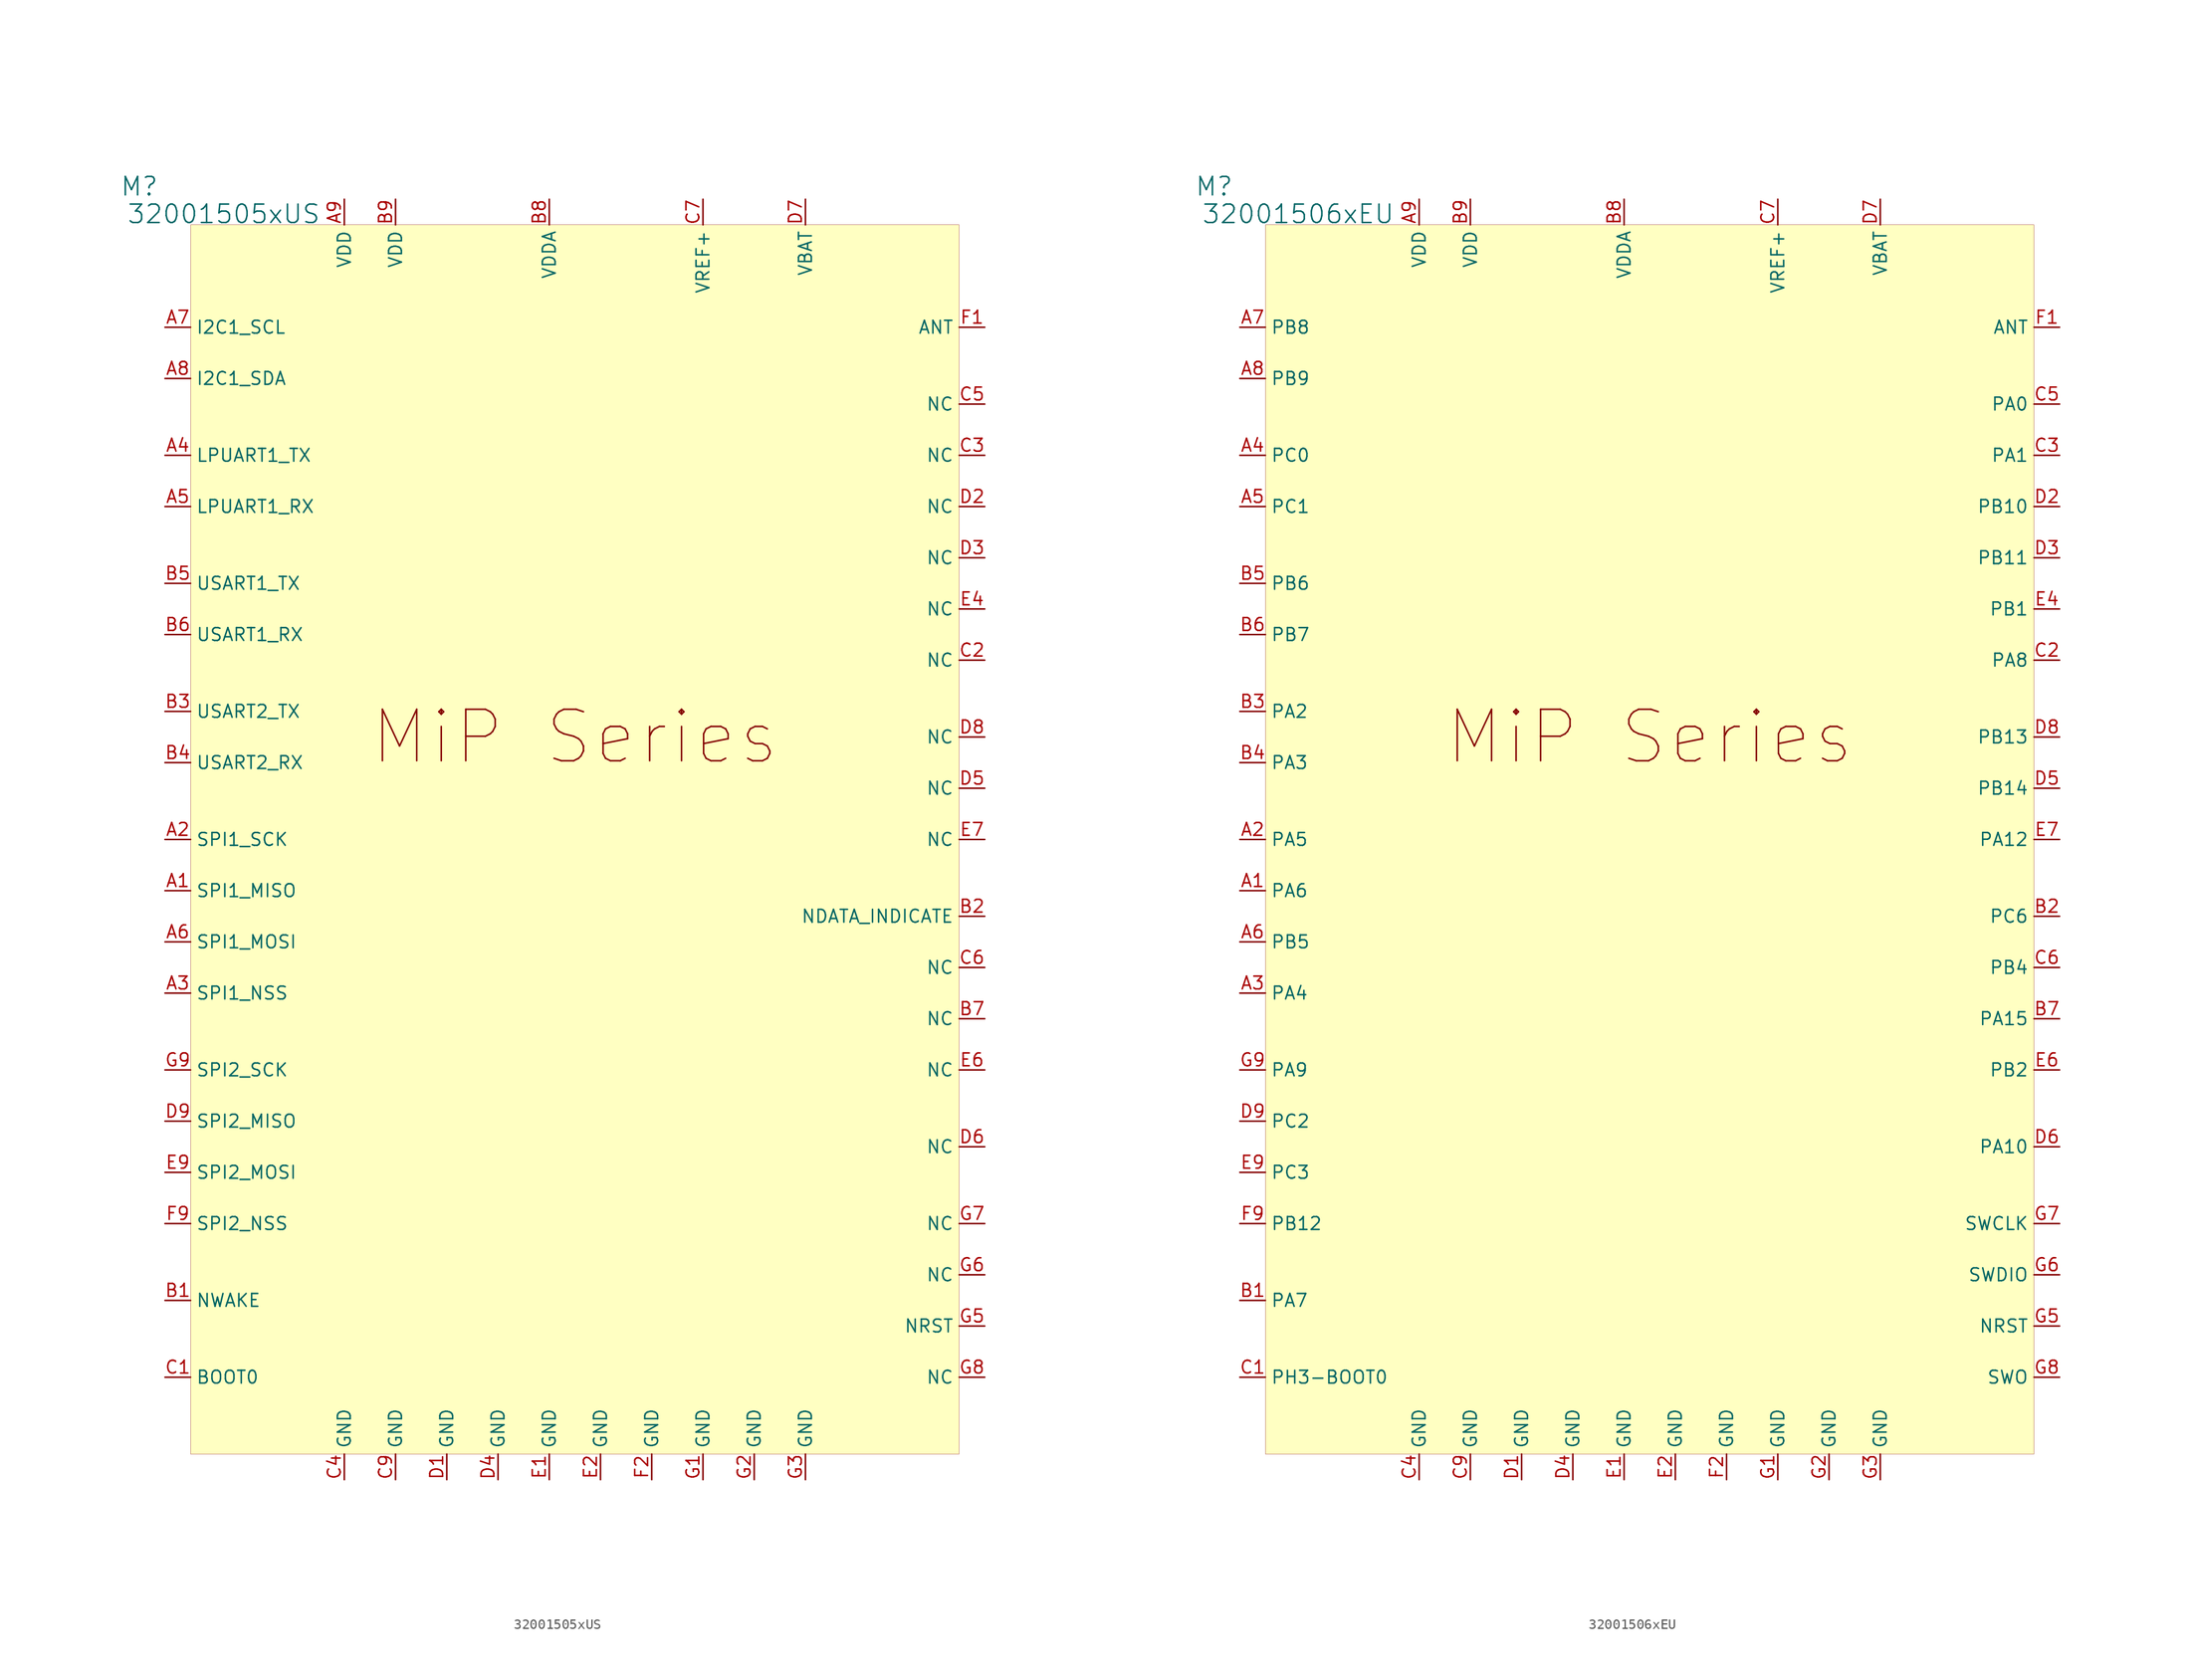
<source format=kicad_sym>
(kicad_symbol_lib
  (version 20231120)
  (generator "kicad_symbol_editor")
  (generator_version "8.0")
  (symbol "32001505xUS"
    (property "Reference" "M"
      (at -5.08 3.81 0)
      (effects (font (size 1.829 1.829))))
    (property "Value" "32001505xUS"
      (at -6.35 0 0)
      (effects (font (size 1.829 1.829)) (justify left bottom)))
    (symbol "32001505xUS_1_0"
      (rectangle (start 0 0) (end 76.2 -121.92) (stroke (width 0.025) (type solid) (color 128 0 0 1)) (fill (type background)))
      (text "MiP Series" (at 38.1 -50.8 0) (effects (font (size 5.105 5.105))))
      (pin passive line (at -2.54 -66.04 0) (length 2.54) (name "SPI1_MISO" (effects (font (size 1.27 1.27)))) (number "A1" (effects (font (size 1.27 1.27)))))
      (pin passive line (at -2.54 -60.96 0) (length 2.54) (name "SPI1_SCK" (effects (font (size 1.27 1.27)))) (number "A2" (effects (font (size 1.27 1.27)))))
      (pin passive line (at -2.54 -76.2 0) (length 2.54) (name "SPI1_NSS" (effects (font (size 1.27 1.27)))) (number "A3" (effects (font (size 1.27 1.27)))))
      (pin passive line (at -2.54 -22.86 0) (length 2.54) (name "LPUART1_TX" (effects (font (size 1.27 1.27)))) (number "A4" (effects (font (size 1.27 1.27)))))
      (pin passive line (at -2.54 -27.94 0) (length 2.54) (name "LPUART1_RX" (effects (font (size 1.27 1.27)))) (number "A5" (effects (font (size 1.27 1.27)))))
      (pin passive line (at -2.54 -71.12 0) (length 2.54) (name "SPI1_MOSI" (effects (font (size 1.27 1.27)))) (number "A6" (effects (font (size 1.27 1.27)))))
      (pin passive line (at -2.54 -10.16 0) (length 2.54) (name "I2C1_SCL" (effects (font (size 1.27 1.27)))) (number "A7" (effects (font (size 1.27 1.27)))))
      (pin passive line (at -2.54 -15.24 0) (length 2.54) (name "I2C1_SDA" (effects (font (size 1.27 1.27)))) (number "A8" (effects (font (size 1.27 1.27)))))
      (pin power_in line (at 15.24 2.54 270) (length 2.54) (name "VDD" (effects (font (size 1.27 1.27)))) (number "A9" (effects (font (size 1.27 1.27)))))
      (pin passive line (at -2.54 -106.68 0) (length 2.54) (name "NWAKE" (effects (font (size 1.27 1.27)))) (number "B1" (effects (font (size 1.27 1.27)))))
      (pin passive line (at 78.74 -68.58 180) (length 2.54) (name "NDATA_INDICATE" (effects (font (size 1.27 1.27)))) (number "B2" (effects (font (size 1.27 1.27)))))
      (pin passive line (at -2.54 -48.26 0) (length 2.54) (name "USART2_TX" (effects (font (size 1.27 1.27)))) (number "B3" (effects (font (size 1.27 1.27)))))
      (pin passive line (at -2.54 -53.34 0) (length 2.54) (name "USART2_RX" (effects (font (size 1.27 1.27)))) (number "B4" (effects (font (size 1.27 1.27)))))
      (pin passive line (at -2.54 -35.56 0) (length 2.54) (name "USART1_TX" (effects (font (size 1.27 1.27)))) (number "B5" (effects (font (size 1.27 1.27)))))
      (pin passive line (at -2.54 -40.64 0) (length 2.54) (name "USART1_RX" (effects (font (size 1.27 1.27)))) (number "B6" (effects (font (size 1.27 1.27)))))
      (pin passive line (at 78.74 -78.74 180) (length 2.54) (name "NC" (effects (font (size 1.27 1.27)))) (number "B7" (effects (font (size 1.27 1.27)))))
      (pin power_in line (at 35.56 2.54 270) (length 2.54) (name "VDDA" (effects (font (size 1.27 1.27)))) (number "B8" (effects (font (size 1.27 1.27)))))
      (pin power_in line (at 20.32 2.54 270) (length 2.54) (name "VDD" (effects (font (size 1.27 1.27)))) (number "B9" (effects (font (size 1.27 1.27)))))
      (pin passive line (at -2.54 -114.3 0) (length 2.54) (name "BOOT0" (effects (font (size 1.27 1.27)))) (number "C1" (effects (font (size 1.27 1.27)))))
      (pin passive line (at 78.74 -43.18 180) (length 2.54) (name "NC" (effects (font (size 1.27 1.27)))) (number "C2" (effects (font (size 1.27 1.27)))))
      (pin passive line (at 78.74 -22.86 180) (length 2.54) (name "NC" (effects (font (size 1.27 1.27)))) (number "C3" (effects (font (size 1.27 1.27)))))
      (pin power_in line (at 15.24 -124.46 90) (length 2.54) (name "GND" (effects (font (size 1.27 1.27)))) (number "C4" (effects (font (size 1.27 1.27)))))
      (pin passive line (at 78.74 -17.78 180) (length 2.54) (name "NC" (effects (font (size 1.27 1.27)))) (number "C5" (effects (font (size 1.27 1.27)))))
      (pin passive line (at 78.74 -73.66 180) (length 2.54) (name "NC" (effects (font (size 1.27 1.27)))) (number "C6" (effects (font (size 1.27 1.27)))))
      (pin passive line (at 50.8 2.54 270) (length 2.54) (name "VREF+" (effects (font (size 1.27 1.27)))) (number "C7" (effects (font (size 1.27 1.27)))))
      (pin power_in line (at 20.32 -124.46 90) (length 2.54) (name "GND" (effects (font (size 1.27 1.27)))) (number "C9" (effects (font (size 1.27 1.27)))))
      (pin power_in line (at 25.4 -124.46 90) (length 2.54) (name "GND" (effects (font (size 1.27 1.27)))) (number "D1" (effects (font (size 1.27 1.27)))))
      (pin passive line (at 78.74 -27.94 180) (length 2.54) (name "NC" (effects (font (size 1.27 1.27)))) (number "D2" (effects (font (size 1.27 1.27)))))
      (pin passive line (at 78.74 -33.02 180) (length 2.54) (name "NC" (effects (font (size 1.27 1.27)))) (number "D3" (effects (font (size 1.27 1.27)))))
      (pin power_in line (at 30.48 -124.46 90) (length 2.54) (name "GND" (effects (font (size 1.27 1.27)))) (number "D4" (effects (font (size 1.27 1.27)))))
      (pin passive line (at 78.74 -55.88 180) (length 2.54) (name "NC" (effects (font (size 1.27 1.27)))) (number "D5" (effects (font (size 1.27 1.27)))))
      (pin passive line (at 78.74 -91.44 180) (length 2.54) (name "NC" (effects (font (size 1.27 1.27)))) (number "D6" (effects (font (size 1.27 1.27)))))
      (pin passive line (at 60.96 2.54 270) (length 2.54) (name "VBAT" (effects (font (size 1.27 1.27)))) (number "D7" (effects (font (size 1.27 1.27)))))
      (pin passive line (at 78.74 -50.8 180) (length 2.54) (name "NC" (effects (font (size 1.27 1.27)))) (number "D8" (effects (font (size 1.27 1.27)))))
      (pin passive line (at -2.54 -88.9 0) (length 2.54) (name "SPI2_MISO" (effects (font (size 1.27 1.27)))) (number "D9" (effects (font (size 1.27 1.27)))))
      (pin power_in line (at 35.56 -124.46 90) (length 2.54) (name "GND" (effects (font (size 1.27 1.27)))) (number "E1" (effects (font (size 1.27 1.27)))))
      (pin power_in line (at 40.64 -124.46 90) (length 2.54) (name "GND" (effects (font (size 1.27 1.27)))) (number "E2" (effects (font (size 1.27 1.27)))))
      (pin passive line (at 78.74 -38.1 180) (length 2.54) (name "NC" (effects (font (size 1.27 1.27)))) (number "E4" (effects (font (size 1.27 1.27)))))
      (pin passive line (at 78.74 -83.82 180) (length 2.54) (name "NC" (effects (font (size 1.27 1.27)))) (number "E6" (effects (font (size 1.27 1.27)))))
      (pin passive line (at 78.74 -60.96 180) (length 2.54) (name "NC" (effects (font (size 1.27 1.27)))) (number "E7" (effects (font (size 1.27 1.27)))))
      (pin passive line (at -2.54 -93.98 0) (length 2.54) (name "SPI2_MOSI" (effects (font (size 1.27 1.27)))) (number "E9" (effects (font (size 1.27 1.27)))))
      (pin passive line (at 78.74 -10.16 180) (length 2.54) (name "ANT" (effects (font (size 1.27 1.27)))) (number "F1" (effects (font (size 1.27 1.27)))))
      (pin power_in line (at 45.72 -124.46 90) (length 2.54) (name "GND" (effects (font (size 1.27 1.27)))) (number "F2" (effects (font (size 1.27 1.27)))))
      (pin passive line (at -2.54 -99.06 0) (length 2.54) (name "SPI2_NSS" (effects (font (size 1.27 1.27)))) (number "F9" (effects (font (size 1.27 1.27)))))
      (pin power_in line (at 50.8 -124.46 90) (length 2.54) (name "GND" (effects (font (size 1.27 1.27)))) (number "G1" (effects (font (size 1.27 1.27)))))
      (pin power_in line (at 55.88 -124.46 90) (length 2.54) (name "GND" (effects (font (size 1.27 1.27)))) (number "G2" (effects (font (size 1.27 1.27)))))
      (pin power_in line (at 60.96 -124.46 90) (length 2.54) (name "GND" (effects (font (size 1.27 1.27)))) (number "G3" (effects (font (size 1.27 1.27)))))
      (pin passive line (at 78.74 -109.22 180) (length 2.54) (name "NRST" (effects (font (size 1.27 1.27)))) (number "G5" (effects (font (size 1.27 1.27)))))
      (pin passive line (at 78.74 -104.14 180) (length 2.54) (name "NC" (effects (font (size 1.27 1.27)))) (number "G6" (effects (font (size 1.27 1.27)))))
      (pin passive line (at 78.74 -99.06 180) (length 2.54) (name "NC" (effects (font (size 1.27 1.27)))) (number "G7" (effects (font (size 1.27 1.27)))))
      (pin passive line (at 78.74 -114.3 180) (length 2.54) (name "NC" (effects (font (size 1.27 1.27)))) (number "G8" (effects (font (size 1.27 1.27)))))
      (pin passive line (at -2.54 -83.82 0) (length 2.54) (name "SPI2_SCK" (effects (font (size 1.27 1.27)))) (number "G9" (effects (font (size 1.27 1.27)))))))
  (symbol "32001506xEU"
    (property "Reference" "M"
      (at -5.08 3.81 0)
      (effects (font (size 1.829 1.829))))
    (property "Value" "32001506xEU"
      (at -6.35 0 0)
      (effects (font (size 1.829 1.829)) (justify left bottom)))
    (symbol "32001506xEU_1_0"
      (rectangle (start 0 0) (end 76.2 -121.92) (stroke (width 0.025) (type solid) (color 128 0 0 1)) (fill (type background)))
      (text "MiP Series" (at 38.1 -50.8 0) (effects (font (size 5.105 5.105))))
      (pin passive line (at -2.54 -66.04 0) (length 2.54) (name "PA6" (effects (font (size 1.27 1.27)))) (number "A1" (effects (font (size 1.27 1.27)))))
      (pin passive line (at -2.54 -60.96 0) (length 2.54) (name "PA5" (effects (font (size 1.27 1.27)))) (number "A2" (effects (font (size 1.27 1.27)))))
      (pin passive line (at -2.54 -76.2 0) (length 2.54) (name "PA4" (effects (font (size 1.27 1.27)))) (number "A3" (effects (font (size 1.27 1.27)))))
      (pin passive line (at -2.54 -22.86 0) (length 2.54) (name "PC0" (effects (font (size 1.27 1.27)))) (number "A4" (effects (font (size 1.27 1.27)))))
      (pin passive line (at -2.54 -27.94 0) (length 2.54) (name "PC1" (effects (font (size 1.27 1.27)))) (number "A5" (effects (font (size 1.27 1.27)))))
      (pin passive line (at -2.54 -71.12 0) (length 2.54) (name "PB5" (effects (font (size 1.27 1.27)))) (number "A6" (effects (font (size 1.27 1.27)))))
      (pin passive line (at -2.54 -10.16 0) (length 2.54) (name "PB8" (effects (font (size 1.27 1.27)))) (number "A7" (effects (font (size 1.27 1.27)))))
      (pin passive line (at -2.54 -15.24 0) (length 2.54) (name "PB9" (effects (font (size 1.27 1.27)))) (number "A8" (effects (font (size 1.27 1.27)))))
      (pin power_in line (at 15.24 2.54 270) (length 2.54) (name "VDD" (effects (font (size 1.27 1.27)))) (number "A9" (effects (font (size 1.27 1.27)))))
      (pin passive line (at -2.54 -106.68 0) (length 2.54) (name "PA7" (effects (font (size 1.27 1.27)))) (number "B1" (effects (font (size 1.27 1.27)))))
      (pin passive line (at 78.74 -68.58 180) (length 2.54) (name "PC6" (effects (font (size 1.27 1.27)))) (number "B2" (effects (font (size 1.27 1.27)))))
      (pin passive line (at -2.54 -48.26 0) (length 2.54) (name "PA2" (effects (font (size 1.27 1.27)))) (number "B3" (effects (font (size 1.27 1.27)))))
      (pin passive line (at -2.54 -53.34 0) (length 2.54) (name "PA3" (effects (font (size 1.27 1.27)))) (number "B4" (effects (font (size 1.27 1.27)))))
      (pin passive line (at -2.54 -35.56 0) (length 2.54) (name "PB6" (effects (font (size 1.27 1.27)))) (number "B5" (effects (font (size 1.27 1.27)))))
      (pin passive line (at -2.54 -40.64 0) (length 2.54) (name "PB7" (effects (font (size 1.27 1.27)))) (number "B6" (effects (font (size 1.27 1.27)))))
      (pin passive line (at 78.74 -78.74 180) (length 2.54) (name "PA15" (effects (font (size 1.27 1.27)))) (number "B7" (effects (font (size 1.27 1.27)))))
      (pin power_in line (at 35.56 2.54 270) (length 2.54) (name "VDDA" (effects (font (size 1.27 1.27)))) (number "B8" (effects (font (size 1.27 1.27)))))
      (pin power_in line (at 20.32 2.54 270) (length 2.54) (name "VDD" (effects (font (size 1.27 1.27)))) (number "B9" (effects (font (size 1.27 1.27)))))
      (pin passive line (at -2.54 -114.3 0) (length 2.54) (name "PH3-BOOT0" (effects (font (size 1.27 1.27)))) (number "C1" (effects (font (size 1.27 1.27)))))
      (pin passive line (at 78.74 -43.18 180) (length 2.54) (name "PA8" (effects (font (size 1.27 1.27)))) (number "C2" (effects (font (size 1.27 1.27)))))
      (pin passive line (at 78.74 -22.86 180) (length 2.54) (name "PA1" (effects (font (size 1.27 1.27)))) (number "C3" (effects (font (size 1.27 1.27)))))
      (pin power_in line (at 15.24 -124.46 90) (length 2.54) (name "GND" (effects (font (size 1.27 1.27)))) (number "C4" (effects (font (size 1.27 1.27)))))
      (pin passive line (at 78.74 -17.78 180) (length 2.54) (name "PA0" (effects (font (size 1.27 1.27)))) (number "C5" (effects (font (size 1.27 1.27)))))
      (pin passive line (at 78.74 -73.66 180) (length 2.54) (name "PB4" (effects (font (size 1.27 1.27)))) (number "C6" (effects (font (size 1.27 1.27)))))
      (pin passive line (at 50.8 2.54 270) (length 2.54) (name "VREF+" (effects (font (size 1.27 1.27)))) (number "C7" (effects (font (size 1.27 1.27)))))
      (pin power_in line (at 20.32 -124.46 90) (length 2.54) (name "GND" (effects (font (size 1.27 1.27)))) (number "C9" (effects (font (size 1.27 1.27)))))
      (pin power_in line (at 25.4 -124.46 90) (length 2.54) (name "GND" (effects (font (size 1.27 1.27)))) (number "D1" (effects (font (size 1.27 1.27)))))
      (pin passive line (at 78.74 -27.94 180) (length 2.54) (name "PB10" (effects (font (size 1.27 1.27)))) (number "D2" (effects (font (size 1.27 1.27)))))
      (pin passive line (at 78.74 -33.02 180) (length 2.54) (name "PB11" (effects (font (size 1.27 1.27)))) (number "D3" (effects (font (size 1.27 1.27)))))
      (pin power_in line (at 30.48 -124.46 90) (length 2.54) (name "GND" (effects (font (size 1.27 1.27)))) (number "D4" (effects (font (size 1.27 1.27)))))
      (pin passive line (at 78.74 -55.88 180) (length 2.54) (name "PB14" (effects (font (size 1.27 1.27)))) (number "D5" (effects (font (size 1.27 1.27)))))
      (pin passive line (at 78.74 -91.44 180) (length 2.54) (name "PA10" (effects (font (size 1.27 1.27)))) (number "D6" (effects (font (size 1.27 1.27)))))
      (pin passive line (at 60.96 2.54 270) (length 2.54) (name "VBAT" (effects (font (size 1.27 1.27)))) (number "D7" (effects (font (size 1.27 1.27)))))
      (pin passive line (at 78.74 -50.8 180) (length 2.54) (name "PB13" (effects (font (size 1.27 1.27)))) (number "D8" (effects (font (size 1.27 1.27)))))
      (pin passive line (at -2.54 -88.9 0) (length 2.54) (name "PC2" (effects (font (size 1.27 1.27)))) (number "D9" (effects (font (size 1.27 1.27)))))
      (pin power_in line (at 35.56 -124.46 90) (length 2.54) (name "GND" (effects (font (size 1.27 1.27)))) (number "E1" (effects (font (size 1.27 1.27)))))
      (pin power_in line (at 40.64 -124.46 90) (length 2.54) (name "GND" (effects (font (size 1.27 1.27)))) (number "E2" (effects (font (size 1.27 1.27)))))
      (pin passive line (at 78.74 -38.1 180) (length 2.54) (name "PB1" (effects (font (size 1.27 1.27)))) (number "E4" (effects (font (size 1.27 1.27)))))
      (pin passive line (at 78.74 -83.82 180) (length 2.54) (name "PB2" (effects (font (size 1.27 1.27)))) (number "E6" (effects (font (size 1.27 1.27)))))
      (pin passive line (at 78.74 -60.96 180) (length 2.54) (name "PA12" (effects (font (size 1.27 1.27)))) (number "E7" (effects (font (size 1.27 1.27)))))
      (pin passive line (at -2.54 -93.98 0) (length 2.54) (name "PC3" (effects (font (size 1.27 1.27)))) (number "E9" (effects (font (size 1.27 1.27)))))
      (pin passive line (at 78.74 -10.16 180) (length 2.54) (name "ANT" (effects (font (size 1.27 1.27)))) (number "F1" (effects (font (size 1.27 1.27)))))
      (pin power_in line (at 45.72 -124.46 90) (length 2.54) (name "GND" (effects (font (size 1.27 1.27)))) (number "F2" (effects (font (size 1.27 1.27)))))
      (pin passive line (at -2.54 -99.06 0) (length 2.54) (name "PB12" (effects (font (size 1.27 1.27)))) (number "F9" (effects (font (size 1.27 1.27)))))
      (pin power_in line (at 50.8 -124.46 90) (length 2.54) (name "GND" (effects (font (size 1.27 1.27)))) (number "G1" (effects (font (size 1.27 1.27)))))
      (pin power_in line (at 55.88 -124.46 90) (length 2.54) (name "GND" (effects (font (size 1.27 1.27)))) (number "G2" (effects (font (size 1.27 1.27)))))
      (pin power_in line (at 60.96 -124.46 90) (length 2.54) (name "GND" (effects (font (size 1.27 1.27)))) (number "G3" (effects (font (size 1.27 1.27)))))
      (pin passive line (at 78.74 -109.22 180) (length 2.54) (name "NRST" (effects (font (size 1.27 1.27)))) (number "G5" (effects (font (size 1.27 1.27)))))
      (pin passive line (at 78.74 -104.14 180) (length 2.54) (name "SWDIO" (effects (font (size 1.27 1.27)))) (number "G6" (effects (font (size 1.27 1.27)))))
      (pin passive line (at 78.74 -99.06 180) (length 2.54) (name "SWCLK" (effects (font (size 1.27 1.27)))) (number "G7" (effects (font (size 1.27 1.27)))))
      (pin passive line (at 78.74 -114.3 180) (length 2.54) (name "SWO" (effects (font (size 1.27 1.27)))) (number "G8" (effects (font (size 1.27 1.27)))))
      (pin passive line (at -2.54 -83.82 0) (length 2.54) (name "PA9" (effects (font (size 1.27 1.27)))) (number "G9" (effects (font (size 1.27 1.27))))))))
</source>
